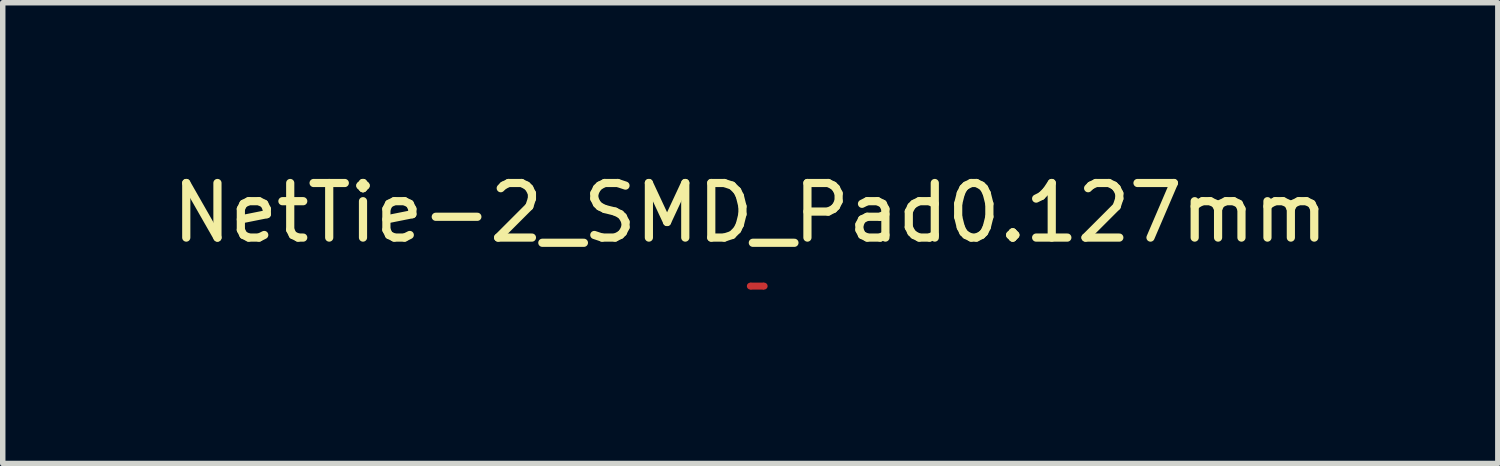
<source format=kicad_pcb>
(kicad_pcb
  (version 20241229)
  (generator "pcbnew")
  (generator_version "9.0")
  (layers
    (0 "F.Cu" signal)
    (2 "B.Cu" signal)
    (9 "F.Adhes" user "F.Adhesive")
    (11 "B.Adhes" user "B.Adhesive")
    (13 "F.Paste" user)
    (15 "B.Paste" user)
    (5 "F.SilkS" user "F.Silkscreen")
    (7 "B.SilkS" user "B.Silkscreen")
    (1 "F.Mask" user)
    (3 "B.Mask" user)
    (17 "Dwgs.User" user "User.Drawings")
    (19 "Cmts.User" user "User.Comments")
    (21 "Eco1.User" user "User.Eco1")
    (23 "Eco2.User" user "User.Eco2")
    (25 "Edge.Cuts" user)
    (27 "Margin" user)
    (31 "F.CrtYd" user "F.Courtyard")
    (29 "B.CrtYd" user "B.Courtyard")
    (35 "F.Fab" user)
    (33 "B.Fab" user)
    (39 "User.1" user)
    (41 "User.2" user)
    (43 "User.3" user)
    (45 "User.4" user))
  (footprint "NetTie-2_SMD_Pad0.127mm"
    (layer "F.Cu")
    (at 10.824 2.192)
    (property "Reference" "NetTie-2_SMD_Pad0.127mm" (at -0.128 -1.344 0) (layer "F.SilkS") (effects (font (size 1 1) (thickness 0.15))))
    (attr exclude_from_pos_files exclude_from_bom)
    (fp_poly (pts (xy -0.127 -0.064) (xy 0.127 -0.064) (xy 0.127 0.064) (xy -0.127 0.064)) (stroke (width 0) (type solid)) (fill yes) (layer "F.Cu"))
    (pad "1" smd circle (at -0.127 0) (size 0.127 0.127) (layers "F.Cu"))
    (pad "2" smd circle (at 0.127 0) (size 0.127 0.127) (layers "F.Cu")))
  (gr_rect
    (start -3 -3)
    (end 24.393 5.442)
    (stroke (width 0.1) (type default))
    (fill no)
    (layer "Edge.Cuts")))
</source>
